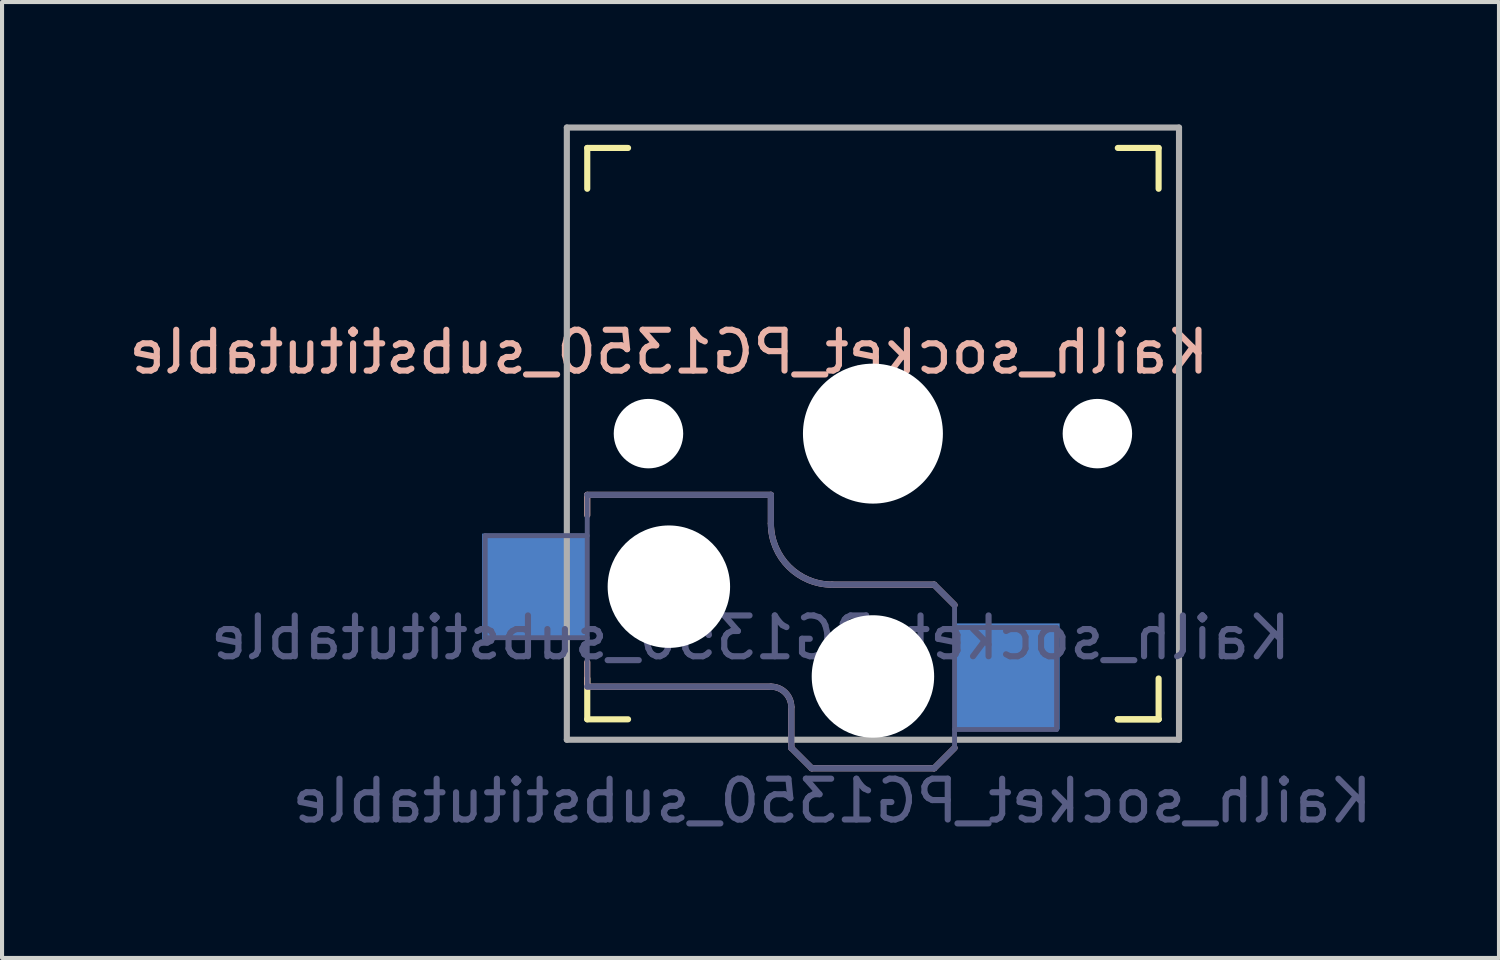
<source format=kicad_pcb>
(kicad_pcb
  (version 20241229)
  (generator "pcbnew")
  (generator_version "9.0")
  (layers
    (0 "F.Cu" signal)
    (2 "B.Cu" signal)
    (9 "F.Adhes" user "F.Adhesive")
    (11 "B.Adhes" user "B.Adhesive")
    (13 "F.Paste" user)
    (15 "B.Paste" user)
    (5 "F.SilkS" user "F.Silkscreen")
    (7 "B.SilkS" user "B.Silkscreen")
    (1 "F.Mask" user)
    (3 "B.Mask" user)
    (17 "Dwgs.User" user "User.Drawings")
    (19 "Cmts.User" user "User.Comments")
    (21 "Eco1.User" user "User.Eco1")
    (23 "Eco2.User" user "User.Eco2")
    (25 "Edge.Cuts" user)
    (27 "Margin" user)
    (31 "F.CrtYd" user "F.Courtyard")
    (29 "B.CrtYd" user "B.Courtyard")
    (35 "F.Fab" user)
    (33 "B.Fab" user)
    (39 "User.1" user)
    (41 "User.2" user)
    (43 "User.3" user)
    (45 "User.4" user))
  (footprint "Kailh_socket_PG1350_substitutable"
    (layer "F.Cu")
    (at 18.339 7.575)
    (property "Reference" "Kailh_socket_PG1350_substitutable" (at -5 -2 0) (layer "B.SilkS") (effects (font (size 1 1) (thickness 0.15)) (justify mirror)))
    (property "Value" "Kailh_socket_PG1350_substitutable" (at 0 8.255 0) (layer "F.Fab") (hide yes) (effects (font (size 1 1) (thickness 0.15))))
    (attr smd)
    (fp_line (start -7 -6) (end -7 -7) (stroke (width 0.15) (type solid)) (layer "F.SilkS"))
    (fp_line (start -7 7) (end -7 6) (stroke (width 0.15) (type solid)) (layer "F.SilkS"))
    (fp_line (start -7 7) (end -6 7) (stroke (width 0.15) (type solid)) (layer "F.SilkS"))
    (fp_line (start -6 -7) (end -7 -7) (stroke (width 0.15) (type solid)) (layer "F.SilkS"))
    (fp_line (start 6 7) (end 7 7) (stroke (width 0.15) (type solid)) (layer "F.SilkS"))
    (fp_line (start 7 -7) (end 6 -7) (stroke (width 0.15) (type solid)) (layer "F.SilkS"))
    (fp_line (start 7 -7) (end 7 -6) (stroke (width 0.15) (type solid)) (layer "F.SilkS"))
    (fp_line (start 7 6) (end 7 7) (stroke (width 0.15) (type solid)) (layer "F.SilkS"))
    (fp_line (start 7 7) (end 6 7) (stroke (width 0.15) (type solid)) (layer "F.SilkS"))
    (fp_line (start -7 1.5) (end -7 2) (stroke (width 0.15) (type solid)) (layer "B.SilkS"))
    (fp_line (start -7 5.6) (end -7 6.2) (stroke (width 0.15) (type solid)) (layer "B.SilkS"))
    (fp_line (start -7 6.2) (end -2.5 6.2) (stroke (width 0.15) (type solid)) (layer "B.SilkS"))
    (fp_line (start -2.5 1.5) (end -7 1.5) (stroke (width 0.15) (type solid)) (layer "B.SilkS"))
    (fp_line (start -2.5 2.2) (end -2.5 1.5) (stroke (width 0.15) (type solid)) (layer "B.SilkS"))
    (fp_line (start -2 6.7) (end -2 7.7) (stroke (width 0.15) (type solid)) (layer "B.SilkS"))
    (fp_line (start -1.5 8.2) (end -2 7.7) (stroke (width 0.15) (type solid)) (layer "B.SilkS"))
    (fp_line (start 1.5 3.7) (end -1 3.7) (stroke (width 0.15) (type solid)) (layer "B.SilkS"))
    (fp_line (start 1.5 8.2) (end -1.5 8.2) (stroke (width 0.15) (type solid)) (layer "B.SilkS"))
    (fp_line (start 2 4.2) (end 1.5 3.7) (stroke (width 0.15) (type solid)) (layer "B.SilkS"))
    (fp_line (start 2 7.7) (end 1.5 8.2) (stroke (width 0.15) (type solid)) (layer "B.SilkS"))
    (fp_arc (start -2.5 6.2) (mid -2.146447 6.346447) (end -2 6.7) (stroke (width 0.15) (type solid)) (layer "B.SilkS"))
    (fp_arc (start -1 3.7) (mid -2.06066 3.26066) (end -2.5 2.2) (stroke (width 0.15) (type solid)) (layer "B.SilkS"))
    (fp_rect (start -7.62 3.81) (end -5.08 6.35) (stroke (width 0.1) (type default)) (fill no) (layer "Eco1.User"))
    (fp_rect (start -5.08 2.54) (end 6.35 6.985) (stroke (width 0.1) (type default)) (fill no) (layer "Eco1.User"))
    (fp_rect (start 0.635 0.635) (end 6.35 2.54) (stroke (width 0.1) (type default)) (fill no) (layer "Eco1.User"))
    (fp_rect (start 8.89 1.27) (end 6.35 3.81) (stroke (width 0.1) (type default)) (fill no) (layer "Eco1.User"))
    (fp_line (start -6.9 6.9) (end -6.9 -6.9) (stroke (width 0.15) (type solid)) (layer "Eco2.User"))
    (fp_line (start -6.9 6.9) (end 6.9 6.9) (stroke (width 0.15) (type solid)) (layer "Eco2.User"))
    (fp_line (start 6.9 -6.9) (end -6.9 -6.9) (stroke (width 0.15) (type solid)) (layer "Eco2.User"))
    (fp_line (start 6.9 -6.9) (end 6.9 6.9) (stroke (width 0.15) (type solid)) (layer "Eco2.User"))
    (fp_line (start -9.5 2.5) (end -7 2.5) (stroke (width 0.12) (type solid)) (layer "B.Fab"))
    (fp_line (start -9.5 5) (end -9.5 2.5) (stroke (width 0.12) (type solid)) (layer "B.Fab"))
    (fp_line (start -7 1.5) (end -7 6.2) (stroke (width 0.12) (type solid)) (layer "B.Fab"))
    (fp_line (start -7 5) (end -9.5 5) (stroke (width 0.12) (type solid)) (layer "B.Fab"))
    (fp_line (start -7 6.2) (end -2.5 6.2) (stroke (width 0.15) (type solid)) (layer "B.Fab"))
    (fp_line (start -2.5 1.5) (end -7 1.5) (stroke (width 0.15) (type solid)) (layer "B.Fab"))
    (fp_line (start -2.5 2.2) (end -2.5 1.5) (stroke (width 0.15) (type solid)) (layer "B.Fab"))
    (fp_line (start -2 6.7) (end -2 7.7) (stroke (width 0.15) (type solid)) (layer "B.Fab"))
    (fp_line (start -1.5 8.2) (end -2 7.7) (stroke (width 0.15) (type solid)) (layer "B.Fab"))
    (fp_line (start 1.5 3.7) (end -1 3.7) (stroke (width 0.15) (type solid)) (layer "B.Fab"))
    (fp_line (start 1.5 8.2) (end -1.5 8.2) (stroke (width 0.15) (type solid)) (layer "B.Fab"))
    (fp_line (start 2 4.2) (end 1.5 3.7) (stroke (width 0.15) (type solid)) (layer "B.Fab"))
    (fp_line (start 2 4.25) (end 2 7.7) (stroke (width 0.12) (type solid)) (layer "B.Fab"))
    (fp_line (start 2 4.75) (end 4.5 4.75) (stroke (width 0.12) (type solid)) (layer "B.Fab"))
    (fp_line (start 2 7.7) (end 1.5 8.2) (stroke (width 0.15) (type solid)) (layer "B.Fab"))
    (fp_line (start 4.5 4.75) (end 4.5 7.25) (stroke (width 0.12) (type solid)) (layer "B.Fab"))
    (fp_line (start 4.5 7.25) (end 2 7.25) (stroke (width 0.12) (type solid)) (layer "B.Fab"))
    (fp_arc (start -2.5 6.2) (mid -2.146447 6.346447) (end -2 6.7) (stroke (width 0.15) (type solid)) (layer "B.Fab"))
    (fp_arc (start -1 3.7) (mid -2.06066 3.26066) (end -2.5 2.2) (stroke (width 0.15) (type solid)) (layer "B.Fab"))
    (fp_line (start -7.5 -7.5) (end 7.5 -7.5) (stroke (width 0.15) (type solid)) (layer "F.Fab"))
    (fp_line (start -7.5 7.5) (end -7.5 -7.5) (stroke (width 0.15) (type solid)) (layer "F.Fab"))
    (fp_line (start 7.5 -7.5) (end 7.5 7.5) (stroke (width 0.15) (type solid)) (layer "F.Fab"))
    (fp_line (start 7.5 7.5) (end -7.5 7.5) (stroke (width 0.15) (type solid)) (layer "F.Fab"))
    (fp_rect (start -9.652 2.54) (end -6.858 5.08) (stroke (width 0.1) (type default)) (fill no) (layer "User.1"))
    (fp_rect (start -7.112 1.524) (end -2.286 6.35) (stroke (width 0.1) (type default)) (fill no) (layer "User.1"))
    (fp_rect (start -2.286 3.556) (end 2.032 8.382) (stroke (width 0.1) (type default)) (fill no) (layer "User.1"))
    (fp_rect (start 2.032 4.572) (end 4.572 7.112) (stroke (width 0.1) (type default)) (fill no) (layer "User.1"))
    (fp_line (start -2.6 -3.1) (end -2.6 -6.3) (stroke (width 0.15) (type solid)) (layer "User.4"))
    (fp_line (start -2.6 -3.1) (end 2.6 -3.1) (stroke (width 0.15) (type solid)) (layer "User.4"))
    (fp_line (start 2.6 -6.3) (end -2.6 -6.3) (stroke (width 0.15) (type solid)) (layer "User.4"))
    (fp_line (start 2.6 -3.1) (end 2.6 -6.3) (stroke (width 0.15) (type solid)) (layer "User.4"))
    (fp_text user "${REFERENCE}" (at -3 5 0) (layer "B.Fab") (effects (font (size 1 1) (thickness 0.15)) (justify mirror)))
    (fp_text user "${VALUE}" (at -1 9 0) (layer "B.Fab") (effects (font (size 1 1) (thickness 0.15)) (justify mirror)))
    (pad "" np_thru_hole circle (at -5.5 0) (size 1.702 1.702) (drill 1.702) (layers "*.Cu" "*.Mask"))
    (pad "" np_thru_hole circle (at -5 3.75) (size 3 3) (drill 3) (layers "*.Cu" "*.Mask"))
    (pad "" np_thru_hole circle (at 0 0) (size 3.429 3.429) (drill 3.429) (layers "*.Cu" "*.Mask"))
    (pad "" np_thru_hole circle (at 0 5.95) (size 3 3) (drill 3) (layers "*.Cu" "*.Mask"))
    (pad "" np_thru_hole circle (at 5.5 0) (size 1.702 1.702) (drill 1.702) (layers "*.Cu" "*.Mask"))
    (pad "1" smd rect (at 3.275 5.95) (size 2.6 2.6) (layers "B.Cu" "B.Mask" "B.Paste"))
    (pad "2" smd rect (at -8.275 3.75) (size 2.6 2.6) (layers "B.Cu" "B.Mask" "B.Paste")))
  (gr_rect
    (start -3 -3)
    (end 33.679 20.423)
    (stroke (width 0.1) (type default))
    (fill no)
    (layer "Edge.Cuts")))
</source>
